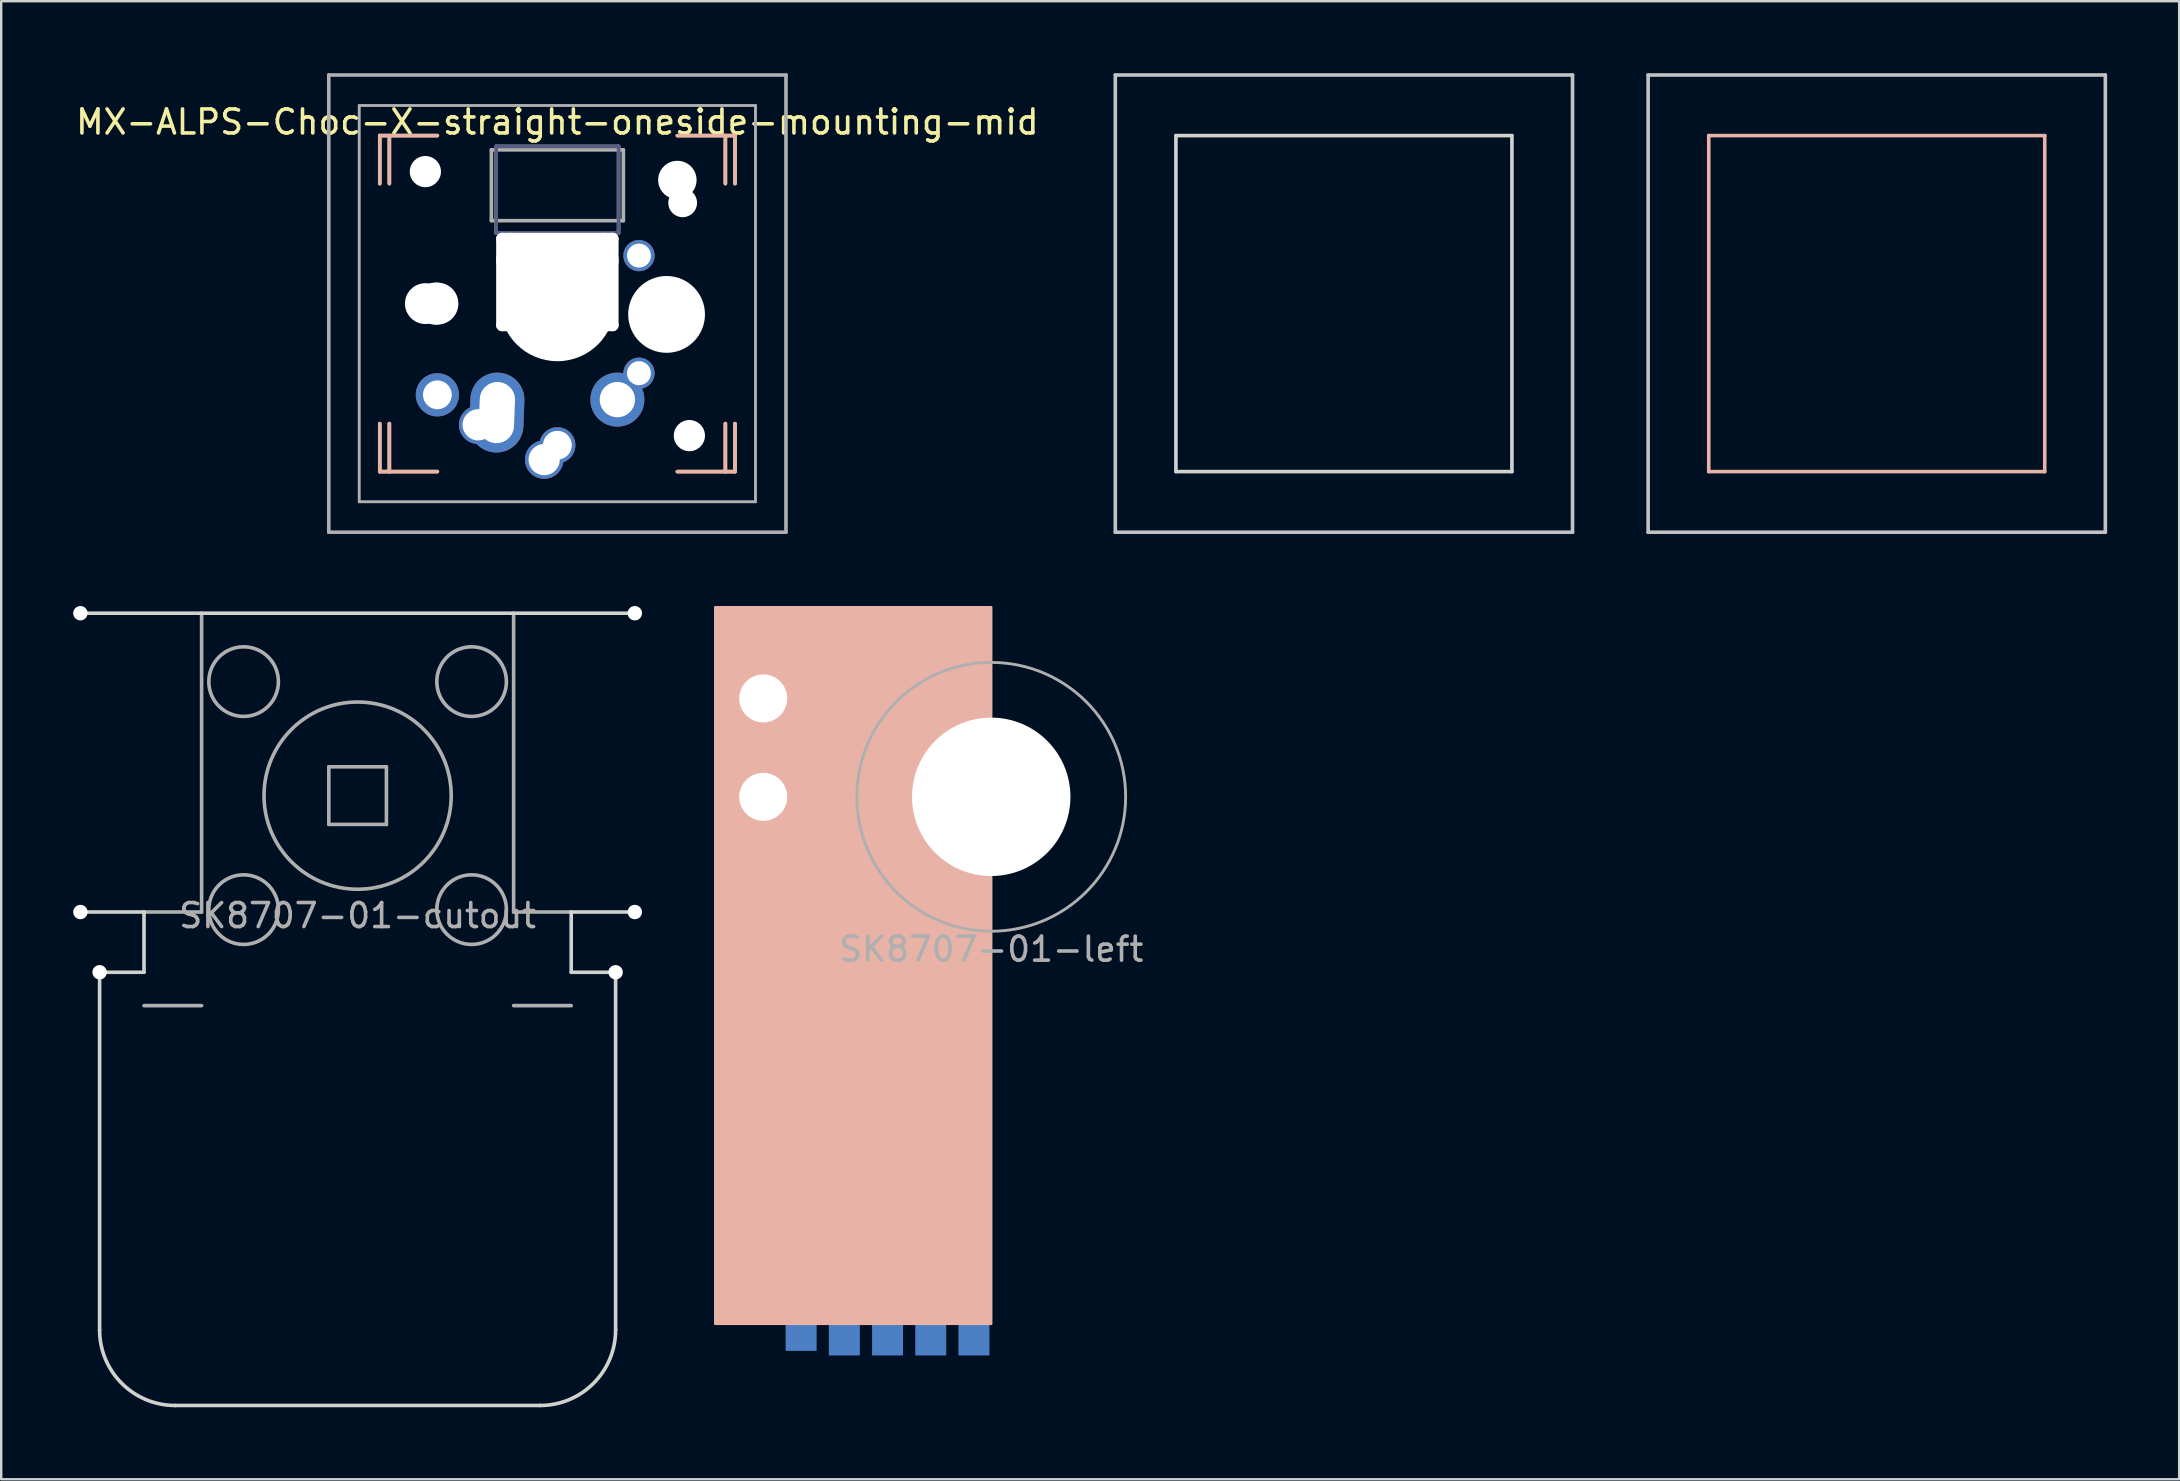
<source format=kicad_pcb>
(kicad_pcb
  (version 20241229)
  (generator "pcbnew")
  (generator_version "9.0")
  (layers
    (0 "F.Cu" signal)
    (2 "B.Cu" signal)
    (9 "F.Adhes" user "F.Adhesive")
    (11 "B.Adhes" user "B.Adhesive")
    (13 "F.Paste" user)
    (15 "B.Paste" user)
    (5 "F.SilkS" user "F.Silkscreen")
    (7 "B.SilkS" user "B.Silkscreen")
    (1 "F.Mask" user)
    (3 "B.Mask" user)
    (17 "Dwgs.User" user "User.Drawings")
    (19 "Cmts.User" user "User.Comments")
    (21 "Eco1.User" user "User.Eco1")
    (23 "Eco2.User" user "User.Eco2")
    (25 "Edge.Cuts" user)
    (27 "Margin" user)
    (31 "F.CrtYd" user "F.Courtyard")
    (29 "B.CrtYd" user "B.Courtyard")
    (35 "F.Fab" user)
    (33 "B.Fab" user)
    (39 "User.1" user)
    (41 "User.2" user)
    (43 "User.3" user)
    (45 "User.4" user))
  (footprint "SK8707-01-left"
    (layer "F.Cu")
    (at 38.25 30.15)
    (property "Reference" "SK8707-01-left" (at 0 6.35 0) (layer "F.Fab") (effects (font (size 1 1) (thickness 0.15))))
    (attr through_hole)
    (fp_poly (pts (xy 0 21.96) (xy -11.5 21.96) (xy -11.5 -7.9) (xy 0 -7.9)) (stroke (width 0.1) (type solid)) (fill yes) (layer "B.SilkS"))
    (fp_line (start -1.2 -1.2) (end -1.2 1.2) (stroke (width 0.12) (type solid)) (layer "F.Fab"))
    (fp_line (start 1.2 -1.2) (end -1.2 -1.2) (stroke (width 0.12) (type solid)) (layer "F.Fab"))
    (fp_line (start 1.2 1.2) (end -1.2 1.2) (stroke (width 0.12) (type solid)) (layer "F.Fab"))
    (fp_line (start 1.2 1.2) (end 1.2 -1.2) (stroke (width 0.12) (type solid)) (layer "F.Fab"))
    (fp_circle (center 0 0) (end 5.6 0) (stroke (width 0.12) (type solid)) (fill no) (layer "F.Fab"))
    (pad "" np_thru_hole circle (at -9.5 -4.1) (size 3 3) (drill 2) (layers "*.Cu" "*.Mask" "F.SilkS"))
    (pad "" np_thru_hole circle (at -9.5 0) (size 3 3) (drill 2) (layers "*.Cu" "*.Mask" "F.SilkS"))
    (pad "" np_thru_hole circle (at 0 0) (size 6.6 6.6) (drill 6.6) (layers "*.Cu" "*.Mask"))
    (pad "1" smd rect (at -7.92 21.96) (size 1.29 2.25) (layers "B.Cu" "B.Mask" "B.Paste"))
    (pad "2" smd rect (at -6.12 21.96) (size 1.29 2.63) (layers "B.Cu" "B.Mask" "B.Paste"))
    (pad "3" smd rect (at -4.32 21.96) (size 1.29 2.63) (layers "B.Cu" "B.Mask" "B.Paste"))
    (pad "4" smd rect (at -2.52 21.96) (size 1.29 2.63) (layers "B.Cu" "B.Mask" "B.Paste"))
    (pad "5" smd rect (at -0.72 21.96) (size 1.29 2.63) (layers "B.Cu" "B.Mask" "B.Paste")))
  (footprint "MX_outline_B.SilkS"
    (layer "F.Cu")
    (at 75.145 9.6)
    (property "Reference" "MX_outline_B.SilkS" (at 0.25 8.255 0) (layer "Eco2.User") (effects (font (size 1 1) (thickness 0.15))))
    (attr through_hole)
    (fp_line (start -7 -7) (end -7 7) (stroke (width 0.15) (type solid)) (layer "B.SilkS"))
    (fp_line (start -7 7) (end 7 7) (stroke (width 0.15) (type solid)) (layer "B.SilkS"))
    (fp_line (start 7 -7) (end -7 -7) (stroke (width 0.15) (type solid)) (layer "B.SilkS"))
    (fp_line (start 7 7) (end 7 -7) (stroke (width 0.15) (type solid)) (layer "B.SilkS"))
    (fp_line (start -9.525 -9.525) (end 9.525 -9.525) (stroke (width 0.15) (type solid)) (layer "Dwgs.User"))
    (fp_line (start -9.525 9.525) (end -9.525 -9.525) (stroke (width 0.15) (type solid)) (layer "Dwgs.User"))
    (fp_line (start 9.525 -9.525) (end 9.525 9.525) (stroke (width 0.15) (type solid)) (layer "Dwgs.User"))
    (fp_line (start 9.525 9.525) (end -9.525 9.525) (stroke (width 0.15) (type solid)) (layer "Dwgs.User")))
  (footprint "MX-ALPS-Choc-X-straight-oneside-mounting-mid"
    (layer "F.Cu")
    (at 20.173 9.6)
    (property "Reference" "MX-ALPS-Choc-X-straight-oneside-mounting-mid" (at 0 -7.567 0) (layer "F.SilkS") (effects (font (size 1 1) (thickness 0.15))))
    (attr through_hole)
    (fp_line (start -7.4 -7) (end -5 -7) (stroke (width 0.15) (type solid)) (layer "F.SilkS"))
    (fp_line (start -7.4 -5) (end -7.4 -7) (stroke (width 0.15) (type solid)) (layer "F.SilkS"))
    (fp_line (start -7.4 5) (end -7.4 7) (stroke (width 0.15) (type solid)) (layer "F.SilkS"))
    (fp_line (start -7.4 7) (end -5 7) (stroke (width 0.15) (type solid)) (layer "F.SilkS"))
    (fp_line (start -7 -5) (end -7 -7) (stroke (width 0.15) (type solid)) (layer "F.SilkS"))
    (fp_line (start -7 5) (end -7 7) (stroke (width 0.15) (type solid)) (layer "F.SilkS"))
    (fp_line (start 5 7) (end 7.4 7) (stroke (width 0.15) (type solid)) (layer "F.SilkS"))
    (fp_line (start 7 -5) (end 7 -7) (stroke (width 0.15) (type solid)) (layer "F.SilkS"))
    (fp_line (start 7 7) (end 7 5) (stroke (width 0.15) (type solid)) (layer "F.SilkS"))
    (fp_line (start 7.4 -7) (end 5 -7) (stroke (width 0.15) (type solid)) (layer "F.SilkS"))
    (fp_line (start 7.4 -5) (end 7.4 -7) (stroke (width 0.15) (type solid)) (layer "F.SilkS"))
    (fp_line (start 7.4 7) (end 7.4 5) (stroke (width 0.15) (type solid)) (layer "F.SilkS"))
    (fp_line (start -7.4 -7) (end -7.4 -5) (stroke (width 0.15) (type solid)) (layer "B.SilkS"))
    (fp_line (start -7.4 7) (end -7.4 5) (stroke (width 0.15) (type solid)) (layer "B.SilkS"))
    (fp_line (start -7 -7) (end -7 -5) (stroke (width 0.15) (type solid)) (layer "B.SilkS"))
    (fp_line (start -7 7) (end -7 5) (stroke (width 0.15) (type solid)) (layer "B.SilkS"))
    (fp_line (start -5 -7) (end -7.4 -7) (stroke (width 0.15) (type solid)) (layer "B.SilkS"))
    (fp_line (start -5 7) (end -7.4 7) (stroke (width 0.15) (type solid)) (layer "B.SilkS"))
    (fp_line (start 5 7) (end 7.4 7) (stroke (width 0.15) (type solid)) (layer "B.SilkS"))
    (fp_line (start 7 -5) (end 7 -7) (stroke (width 0.15) (type solid)) (layer "B.SilkS"))
    (fp_line (start 7 7) (end 7 5) (stroke (width 0.15) (type solid)) (layer "B.SilkS"))
    (fp_line (start 7.4 -7) (end 5 -7) (stroke (width 0.15) (type solid)) (layer "B.SilkS"))
    (fp_line (start 7.4 -5) (end 7.4 -7) (stroke (width 0.15) (type solid)) (layer "B.SilkS"))
    (fp_line (start 7.4 7) (end 7.4 5) (stroke (width 0.15) (type solid)) (layer "B.SilkS"))
    (fp_line (start -2.55 -6.55) (end 2.55 -6.55) (stroke (width 0.15) (type solid)) (layer "B.Fab"))
    (fp_line (start -2.55 -2.95) (end -2.55 -6.55) (stroke (width 0.15) (type solid)) (layer "B.Fab"))
    (fp_line (start 2.55 -6.55) (end 2.55 -2.95) (stroke (width 0.15) (type solid)) (layer "B.Fab"))
    (fp_line (start 2.55 -2.95) (end -2.55 -2.95) (stroke (width 0.15) (type solid)) (layer "B.Fab"))
    (fp_line (start -9.525 -9.525) (end 9.525 -9.525) (stroke (width 0.15) (type solid)) (layer "F.Fab"))
    (fp_line (start -9.525 9.525) (end -9.525 -9.525) (stroke (width 0.15) (type solid)) (layer "F.Fab"))
    (fp_line (start -8.255 -8.255) (end 8.255 -8.255) (stroke (width 0.12) (type solid)) (layer "F.Fab"))
    (fp_line (start -8.255 8.255) (end -8.255 -8.255) (stroke (width 0.12) (type solid)) (layer "F.Fab"))
    (fp_line (start -2.75 -6.405) (end 2.75 -6.405) (stroke (width 0.15) (type solid)) (layer "F.Fab"))
    (fp_line (start -2.75 -3.455) (end -2.75 -6.405) (stroke (width 0.15) (type solid)) (layer "F.Fab"))
    (fp_line (start -2.75 -3.455) (end 2.75 -3.455) (stroke (width 0.15) (type solid)) (layer "F.Fab"))
    (fp_line (start -2.55 -6.55) (end -2.55 -2.95) (stroke (width 0.15) (type solid)) (layer "F.Fab"))
    (fp_line (start -2.55 -2.95) (end 2.55 -2.95) (stroke (width 0.15) (type solid)) (layer "F.Fab"))
    (fp_line (start 2.55 -6.55) (end -2.55 -6.55) (stroke (width 0.15) (type solid)) (layer "F.Fab"))
    (fp_line (start 2.55 -2.95) (end 2.55 -6.55) (stroke (width 0.15) (type solid)) (layer "F.Fab"))
    (fp_line (start 2.75 -3.455) (end 2.75 -6.405) (stroke (width 0.15) (type solid)) (layer "F.Fab"))
    (fp_line (start 8.255 -8.255) (end 8.255 8.255) (stroke (width 0.12) (type solid)) (layer "F.Fab"))
    (fp_line (start 8.255 8.255) (end -8.255 8.255) (stroke (width 0.12) (type solid)) (layer "F.Fab"))
    (fp_line (start 9.525 -9.525) (end 9.525 9.525) (stroke (width 0.15) (type solid)) (layer "F.Fab"))
    (fp_line (start 9.525 9.525) (end -9.525 9.525) (stroke (width 0.15) (type solid)) (layer "F.Fab"))
    (pad "" np_thru_hole circle (at -5.5 -5.5) (size 1.3 1.3) (drill 1.3) (layers "*.Cu" "*.Mask"))
    (pad "" np_thru_hole circle (at -5.5 0 228.1) (size 1.7 1.7) (drill 1.7) (layers "*.Cu" "*.Mask"))
    (pad "" np_thru_hole circle (at -5.08 0 228) (size 1.75 1.75) (drill 1.75) (layers "*.Cu" "*.Mask"))
    (pad "" np_thru_hole circle (at -5 0) (size 1.75 1.75) (drill 1.75) (layers "*.Cu" "*.Mask"))
    (pad "" np_thru_hole oval (at -2.3 -0.9 180) (size 0.5 4.1) (drill oval 0.5 4.1) (layers "*.Cu" "*.Mask"))
    (pad "" np_thru_hole oval (at -1.905 -0.9 180) (size 0.5 4.1) (drill oval 0.5 4.1) (layers "*.Cu" "*.Mask"))
    (pad "" np_thru_hole oval (at 0 -2.7 180) (size 5.1 0.5) (drill oval 5.1 0.5) (layers "*.Cu" "*.Mask"))
    (pad "" np_thru_hole oval (at 0 -1.8 180) (size 5.1 1.5) (drill oval 5.1 1.5) (layers "*.Cu" "*.Mask"))
    (pad "" np_thru_hole circle (at 0 0 180) (size 3.988 3.988) (drill 3.988) (layers "*.Cu" "*.Mask"))
    (pad "" np_thru_hole circle (at 0 0) (size 4.8 4.8) (drill 4.8) (layers "*.Cu" "*.Mask"))
    (pad "" np_thru_hole oval (at 0 0.9 180) (size 5.1 0.5) (drill oval 5.1 0.5) (layers "*.Cu" "*.Mask"))
    (pad "" np_thru_hole oval (at 1.9 -0.9 180) (size 0.5 4.1) (drill oval 0.5 4.1) (layers "*.Cu" "*.Mask"))
    (pad "" np_thru_hole oval (at 2.3 -0.9 180) (size 0.5 4.1) (drill oval 0.5 4.1) (layers "*.Cu" "*.Mask"))
    (pad "" np_thru_hole circle (at 4.55 0.45) (size 3.2 3.2) (drill 3.2) (layers "*.Cu" "*.Mask"))
    (pad "" np_thru_hole circle (at 5 -5.15) (size 1.6 1.6) (drill 1.6) (layers "*.Cu" "*.Mask"))
    (pad "" np_thru_hole circle (at 5.22 -4.2 228.1) (size 1.2 1.2) (drill 1.2) (layers "*.Cu" "*.Mask"))
    (pad "" np_thru_hole circle (at 5.5 5.5) (size 1.3 1.3) (drill 1.3) (layers "*.Cu" "*.Mask"))
    (pad "1" thru_hole circle (at -5 3.8 180) (size 1.8 1.8) (drill 1.2) (layers "*.Cu" "*.Mask"))
    (pad "1" thru_hole circle (at 3.4 -2) (size 1.3 1.3) (drill 1) (layers "*.Cu" "*.Mask"))
    (pad "2" thru_hole circle (at -0.55 6.5 180) (size 1.6 1.6) (drill 1.3) (layers "*.Cu" "*.Mask"))
    (pad "2" thru_hole circle (at 0 5.9 180) (size 1.5 1.5) (drill 1.2) (layers "*.Cu" "*.Mask"))
    (pad "2" thru_hole circle (at 2.5 4 180) (size 2.25 2.25) (drill 1.47) (layers "*.Cu" "B.Mask"))
    (pad "2" thru_hole circle (at 3.4 2.9) (size 1.3 1.3) (drill 1) (layers "*.Cu" "*.Mask"))
    (pad "3" thru_hole circle (at -3.3 5.05 180) (size 1.6 1.6) (drill 1.3) (layers "*.Cu" "*.Mask"))
    (pad "3" thru_hole oval (at -2.52 4.54 267.8) (size 3.33 2.25) (drill oval 2.55 1.47) (layers "*.Cu" "*.Mask")))
  (footprint "MX_cutout"
    (layer "F.Cu")
    (at 52.945 9.6)
    (property "Reference" "MX_cutout" (at 0.25 8.255 0) (layer "Eco2.User") (effects (font (size 1 1) (thickness 0.15))))
    (attr through_hole)
    (fp_line (start -9.525 -9.525) (end 9.525 -9.525) (stroke (width 0.15) (type solid)) (layer "Dwgs.User"))
    (fp_line (start -9.525 9.525) (end -9.525 -9.525) (stroke (width 0.15) (type solid)) (layer "Dwgs.User"))
    (fp_line (start 9.525 -9.525) (end 9.525 9.525) (stroke (width 0.15) (type solid)) (layer "Dwgs.User"))
    (fp_line (start 9.525 9.525) (end -9.525 9.525) (stroke (width 0.15) (type solid)) (layer "Dwgs.User"))
    (fp_line (start -7 -7) (end -7 7) (stroke (width 0.15) (type solid)) (layer "Edge.Cuts"))
    (fp_line (start -7 7) (end 7 7) (stroke (width 0.15) (type solid)) (layer "Edge.Cuts"))
    (fp_line (start 7 -7) (end -7 -7) (stroke (width 0.15) (type solid)) (layer "Edge.Cuts"))
    (fp_line (start 7 7) (end 7 -7) (stroke (width 0.15) (type solid)) (layer "Edge.Cuts")))
  (footprint "SK8707-01-cutout"
    (layer "F.Cu")
    (at 11.85 30.1)
    (property "Reference" "SK8707-01-cutout" (at 0 5 0) (layer "F.Fab") (effects (font (size 1 1) (thickness 0.15))))
    (attr through_hole)
    (fp_line (start -10.75 22.26) (end -10.75 7.36) (stroke (width 0.15) (type solid)) (layer "Edge.Cuts"))
    (fp_line (start -8.9 4.85) (end -11.55 4.85) (stroke (width 0.15) (type solid)) (layer "Edge.Cuts"))
    (fp_line (start -8.9 4.85) (end -8.9 7.36) (stroke (width 0.15) (type solid)) (layer "Edge.Cuts"))
    (fp_line (start -8.9 7.36) (end -10.75 7.36) (stroke (width 0.15) (type solid)) (layer "Edge.Cuts"))
    (fp_line (start -7.6 25.41) (end 7.6 25.41) (stroke (width 0.15) (type solid)) (layer "Edge.Cuts"))
    (fp_line (start 8.9 4.85) (end 8.9 7.36) (stroke (width 0.15) (type solid)) (layer "Edge.Cuts"))
    (fp_line (start 8.9 4.85) (end 11.55 4.85) (stroke (width 0.15) (type solid)) (layer "Edge.Cuts"))
    (fp_line (start 8.9 7.36) (end 10.75 7.36) (stroke (width 0.15) (type solid)) (layer "Edge.Cuts"))
    (fp_line (start 10.75 22.26) (end 10.75 7.36) (stroke (width 0.15) (type solid)) (layer "Edge.Cuts"))
    (fp_line (start 11.55 -7.6) (end -11.55 -7.6) (stroke (width 0.15) (type solid)) (layer "Edge.Cuts"))
    (fp_arc (start -7.6 25.41) (mid -9.827386 24.487386) (end -10.75 22.26) (stroke (width 0.15) (type solid)) (layer "Edge.Cuts"))
    (fp_arc (start 10.75 22.26) (mid 9.827386 24.487386) (end 7.6 25.41) (stroke (width 0.15) (type solid)) (layer "Edge.Cuts"))
    (fp_line (start -6.5 4.85) (end -8.9 4.85) (stroke (width 0.15) (type solid)) (layer "F.Fab"))
    (fp_line (start -6.5 4.85) (end -6.5 -7.6) (stroke (width 0.15) (type solid)) (layer "F.Fab"))
    (fp_line (start -6.5 8.75) (end -8.9 8.75) (stroke (width 0.15) (type solid)) (layer "F.Fab"))
    (fp_line (start -1.2 -1.2) (end -1.2 1.2) (stroke (width 0.15) (type solid)) (layer "F.Fab"))
    (fp_line (start 1.2 -1.2) (end -1.2 -1.2) (stroke (width 0.15) (type solid)) (layer "F.Fab"))
    (fp_line (start 1.2 1.2) (end -1.2 1.2) (stroke (width 0.15) (type solid)) (layer "F.Fab"))
    (fp_line (start 1.2 1.2) (end 1.2 -1.2) (stroke (width 0.15) (type solid)) (layer "F.Fab"))
    (fp_line (start 6.5 4.85) (end 6.5 -7.6) (stroke (width 0.15) (type solid)) (layer "F.Fab"))
    (fp_line (start 8.9 4.85) (end 6.5 4.85) (stroke (width 0.15) (type solid)) (layer "F.Fab"))
    (fp_line (start 8.9 8.75) (end 6.5 8.75) (stroke (width 0.15) (type solid)) (layer "F.Fab"))
    (fp_circle (center -4.75 -4.75) (end -3.3 -4.75) (stroke (width 0.15) (type solid)) (fill no) (layer "F.Fab"))
    (fp_circle (center -4.75 4.75) (end -3.3 4.75) (stroke (width 0.15) (type solid)) (fill no) (layer "F.Fab"))
    (fp_circle (center 0 0) (end 3.9 0) (stroke (width 0.15) (type solid)) (fill no) (layer "F.Fab"))
    (fp_circle (center 4.75 -4.75) (end 6.2 -4.75) (stroke (width 0.15) (type solid)) (fill no) (layer "F.Fab"))
    (fp_circle (center 4.75 4.75) (end 6.2 4.75) (stroke (width 0.15) (type solid)) (fill no) (layer "F.Fab"))
    (fp_text user "" (at 0 0 0) (layer "F.SilkS") (effects (font (size 1.27 1.27) (thickness 0.15))))
    (fp_text user "" (at 0 0 0) (layer "F.SilkS") (effects (font (size 1.27 1.27) (thickness 0.15))))
    (pad "" np_thru_hole circle (at -11.55 -7.6) (size 0.6 0.6) (drill 0.6) (layers "*.Cu" "*.Mask"))
    (pad "" np_thru_hole circle (at -11.55 4.85) (size 0.6 0.6) (drill 0.6) (layers "*.Cu" "*.Mask"))
    (pad "" np_thru_hole circle (at -10.75 7.36) (size 0.6 0.6) (drill 0.6) (layers "*.Cu" "*.Mask"))
    (pad "" np_thru_hole circle (at 10.75 7.36) (size 0.6 0.6) (drill 0.6) (layers "*.Cu" "*.Mask"))
    (pad "" np_thru_hole circle (at 11.55 -7.6) (size 0.6 0.6) (drill 0.6) (layers "*.Cu" "*.Mask"))
    (pad "" np_thru_hole circle (at 11.55 4.85) (size 0.6 0.6) (drill 0.6) (layers "*.Cu" "*.Mask")))
  (gr_rect
    (start -3 -3)
    (end 87.745 58.585)
    (stroke (width 0.1) (type default))
    (fill no)
    (layer "Edge.Cuts")))
</source>
